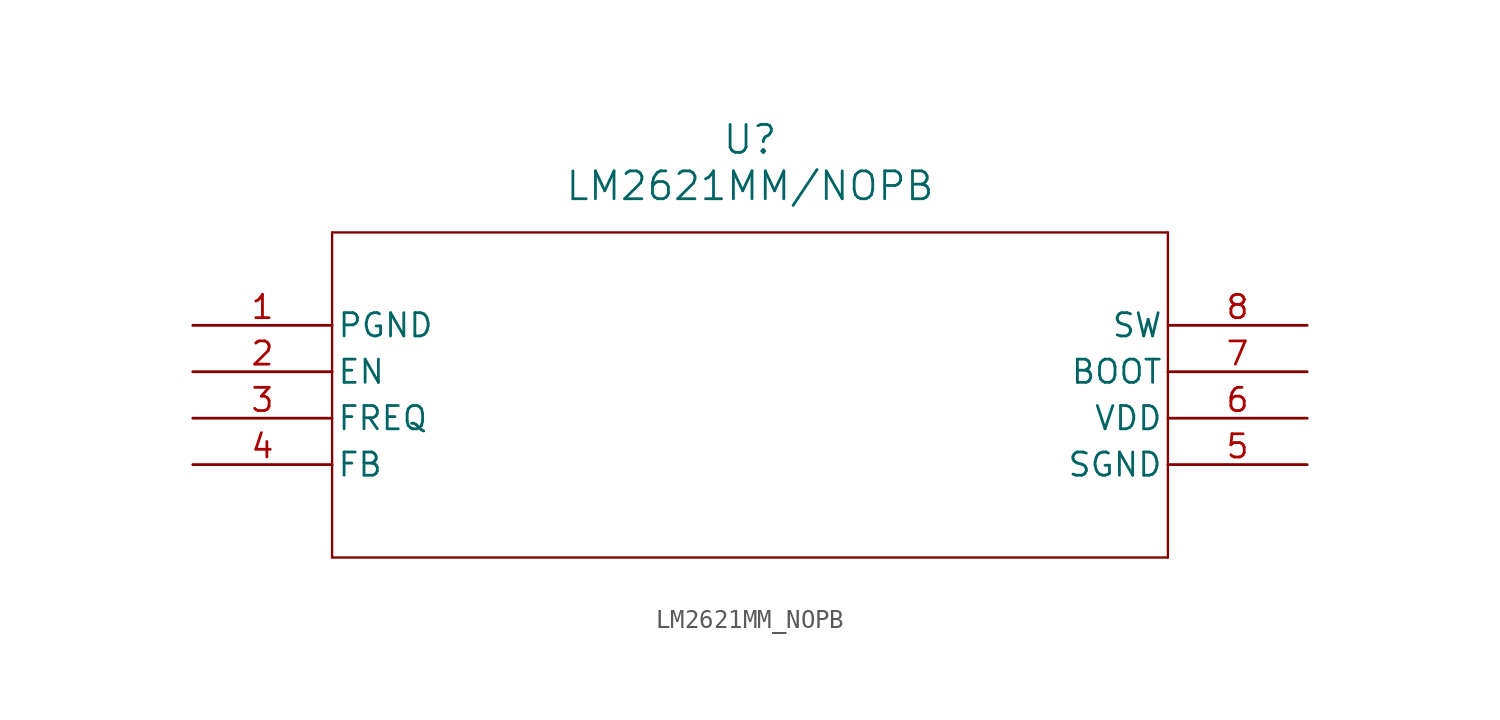
<source format=kicad_sym>
(kicad_symbol_lib
  (version 20211014)
  (generator kicad_symbol_editor)
  (symbol "LM2621MM_NOPB"
    (pin_names
      (offset 0.254))
    (property "Reference" "U"
      (at 30.48 10.16 0)
      (effects (font (size 1.524 1.524))))
    (property "Value" "LM2621MM/NOPB"
      (at 30.48 7.62 0)
      (effects (font (size 1.524 1.524))))
    (symbol "LM2621MM_NOPB_0_1"
      (polyline (pts (xy 7.62 5.08) (xy 7.62 -12.7)) (stroke (width 0.127) (type default) (color 0 0 0 0)) (fill (type none)))
      (polyline (pts (xy 7.62 -12.7) (xy 53.34 -12.7)) (stroke (width 0.127) (type default) (color 0 0 0 0)) (fill (type none)))
      (polyline (pts (xy 53.34 -12.7) (xy 53.34 5.08)) (stroke (width 0.127) (type default) (color 0 0 0 0)) (fill (type none)))
      (polyline (pts (xy 53.34 5.08) (xy 7.62 5.08)) (stroke (width 0.127) (type default) (color 0 0 0 0)) (fill (type none)))
      (pin passive line (at 0 0 0) (length 7.62) (name "PGND" (effects (font (size 1.27 1.27)))) (number "1" (effects (font (size 1.27 1.27)))))
      (pin passive line (at 0 -2.54 0) (length 7.62) (name "EN" (effects (font (size 1.27 1.27)))) (number "2" (effects (font (size 1.27 1.27)))))
      (pin passive line (at 0 -5.08 0) (length 7.62) (name "FREQ" (effects (font (size 1.27 1.27)))) (number "3" (effects (font (size 1.27 1.27)))))
      (pin passive line (at 0 -7.62 0) (length 7.62) (name "FB" (effects (font (size 1.27 1.27)))) (number "4" (effects (font (size 1.27 1.27)))))
      (pin passive line (at 60.96 -7.62 180) (length 7.62) (name "SGND" (effects (font (size 1.27 1.27)))) (number "5" (effects (font (size 1.27 1.27)))))
      (pin passive line (at 60.96 -5.08 180) (length 7.62) (name "VDD" (effects (font (size 1.27 1.27)))) (number "6" (effects (font (size 1.27 1.27)))))
      (pin passive line (at 60.96 -2.54 180) (length 7.62) (name "BOOT" (effects (font (size 1.27 1.27)))) (number "7" (effects (font (size 1.27 1.27)))))
      (pin output line (at 60.96 0 180) (length 7.62) (name "SW" (effects (font (size 1.27 1.27)))) (number "8" (effects (font (size 1.27 1.27))))))))
</source>
